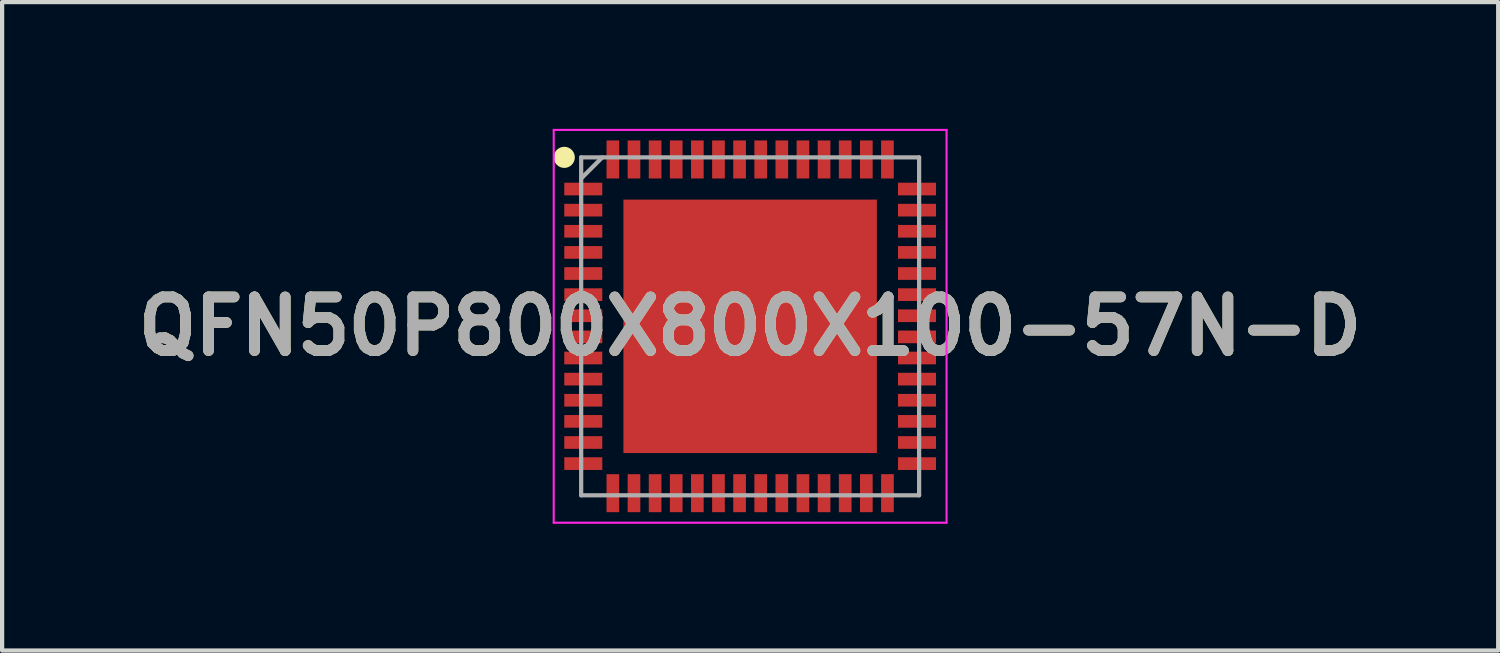
<source format=kicad_pcb>
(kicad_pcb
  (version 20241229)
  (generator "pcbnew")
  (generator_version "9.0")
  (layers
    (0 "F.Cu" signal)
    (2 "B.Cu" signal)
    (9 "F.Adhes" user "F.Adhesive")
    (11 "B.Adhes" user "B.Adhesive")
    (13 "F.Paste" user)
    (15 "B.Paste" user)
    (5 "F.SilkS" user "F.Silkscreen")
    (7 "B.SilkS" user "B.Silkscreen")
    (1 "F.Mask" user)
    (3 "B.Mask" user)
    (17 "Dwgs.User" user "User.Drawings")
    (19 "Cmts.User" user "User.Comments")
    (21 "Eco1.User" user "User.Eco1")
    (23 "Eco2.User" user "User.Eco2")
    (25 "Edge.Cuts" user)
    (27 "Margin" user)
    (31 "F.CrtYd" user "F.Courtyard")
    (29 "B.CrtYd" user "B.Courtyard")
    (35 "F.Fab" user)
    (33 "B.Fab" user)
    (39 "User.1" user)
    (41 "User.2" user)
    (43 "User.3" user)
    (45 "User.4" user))
  (footprint "QFN50P800X800X100-57N-D"
    (layer "F.Cu")
    (at 14.708 4.675)
    (property "Reference" "QFN50P800X800X100-57N-D" (at 0 0 0) (layer "F.SilkS") (effects (font (size 1.27 1.27) (thickness 0.254))))
    (attr smd)
    (fp_circle (center -4.4 -4) (end -4.4 -3.875) (stroke (width 0.25) (type solid)) (fill no) (layer "F.SilkS"))
    (fp_line (start -4.65 -4.65) (end 4.65 -4.65) (stroke (width 0.05) (type solid)) (layer "F.CrtYd"))
    (fp_line (start -4.65 4.65) (end -4.65 -4.65) (stroke (width 0.05) (type solid)) (layer "F.CrtYd"))
    (fp_line (start 4.65 -4.65) (end 4.65 4.65) (stroke (width 0.05) (type solid)) (layer "F.CrtYd"))
    (fp_line (start 4.65 4.65) (end -4.65 4.65) (stroke (width 0.05) (type solid)) (layer "F.CrtYd"))
    (fp_line (start -4 -4) (end 4 -4) (stroke (width 0.1) (type solid)) (layer "F.Fab"))
    (fp_line (start -4 -3.5) (end -3.5 -4) (stroke (width 0.1) (type solid)) (layer "F.Fab"))
    (fp_line (start -4 4) (end -4 -4) (stroke (width 0.1) (type solid)) (layer "F.Fab"))
    (fp_line (start 4 -4) (end 4 4) (stroke (width 0.1) (type solid)) (layer "F.Fab"))
    (fp_line (start 4 4) (end -4 4) (stroke (width 0.1) (type solid)) (layer "F.Fab"))
    (fp_text user "${REFERENCE}" (at 0 0 0) (layer "F.Fab") (effects (font (size 1.27 1.27) (thickness 0.254))))
    (pad "1" smd rect (at -3.95 -3.25 90) (size 0.3 0.9) (layers "F.Cu" "F.Mask" "F.Paste"))
    (pad "2" smd rect (at -3.95 -2.75 90) (size 0.3 0.9) (layers "F.Cu" "F.Mask" "F.Paste"))
    (pad "3" smd rect (at -3.95 -2.25 90) (size 0.3 0.9) (layers "F.Cu" "F.Mask" "F.Paste"))
    (pad "4" smd rect (at -3.95 -1.75 90) (size 0.3 0.9) (layers "F.Cu" "F.Mask" "F.Paste"))
    (pad "5" smd rect (at -3.95 -1.25 90) (size 0.3 0.9) (layers "F.Cu" "F.Mask" "F.Paste"))
    (pad "6" smd rect (at -3.95 -0.75 90) (size 0.3 0.9) (layers "F.Cu" "F.Mask" "F.Paste"))
    (pad "7" smd rect (at -3.95 -0.25 90) (size 0.3 0.9) (layers "F.Cu" "F.Mask" "F.Paste"))
    (pad "8" smd rect (at -3.95 0.25 90) (size 0.3 0.9) (layers "F.Cu" "F.Mask" "F.Paste"))
    (pad "9" smd rect (at -3.95 0.75 90) (size 0.3 0.9) (layers "F.Cu" "F.Mask" "F.Paste"))
    (pad "10" smd rect (at -3.95 1.25 90) (size 0.3 0.9) (layers "F.Cu" "F.Mask" "F.Paste"))
    (pad "11" smd rect (at -3.95 1.75 90) (size 0.3 0.9) (layers "F.Cu" "F.Mask" "F.Paste"))
    (pad "12" smd rect (at -3.95 2.25 90) (size 0.3 0.9) (layers "F.Cu" "F.Mask" "F.Paste"))
    (pad "13" smd rect (at -3.95 2.75 90) (size 0.3 0.9) (layers "F.Cu" "F.Mask" "F.Paste"))
    (pad "14" smd rect (at -3.95 3.25 90) (size 0.3 0.9) (layers "F.Cu" "F.Mask" "F.Paste"))
    (pad "15" smd rect (at -3.25 3.95) (size 0.3 0.9) (layers "F.Cu" "F.Mask" "F.Paste"))
    (pad "16" smd rect (at -2.75 3.95) (size 0.3 0.9) (layers "F.Cu" "F.Mask" "F.Paste"))
    (pad "17" smd rect (at -2.25 3.95) (size 0.3 0.9) (layers "F.Cu" "F.Mask" "F.Paste"))
    (pad "18" smd rect (at -1.75 3.95) (size 0.3 0.9) (layers "F.Cu" "F.Mask" "F.Paste"))
    (pad "19" smd rect (at -1.25 3.95) (size 0.3 0.9) (layers "F.Cu" "F.Mask" "F.Paste"))
    (pad "20" smd rect (at -0.75 3.95) (size 0.3 0.9) (layers "F.Cu" "F.Mask" "F.Paste"))
    (pad "21" smd rect (at -0.25 3.95) (size 0.3 0.9) (layers "F.Cu" "F.Mask" "F.Paste"))
    (pad "22" smd rect (at 0.25 3.95) (size 0.3 0.9) (layers "F.Cu" "F.Mask" "F.Paste"))
    (pad "23" smd rect (at 0.75 3.95) (size 0.3 0.9) (layers "F.Cu" "F.Mask" "F.Paste"))
    (pad "24" smd rect (at 1.25 3.95) (size 0.3 0.9) (layers "F.Cu" "F.Mask" "F.Paste"))
    (pad "25" smd rect (at 1.75 3.95) (size 0.3 0.9) (layers "F.Cu" "F.Mask" "F.Paste"))
    (pad "26" smd rect (at 2.25 3.95) (size 0.3 0.9) (layers "F.Cu" "F.Mask" "F.Paste"))
    (pad "27" smd rect (at 2.75 3.95) (size 0.3 0.9) (layers "F.Cu" "F.Mask" "F.Paste"))
    (pad "28" smd rect (at 3.25 3.95) (size 0.3 0.9) (layers "F.Cu" "F.Mask" "F.Paste"))
    (pad "29" smd rect (at 3.95 3.25 90) (size 0.3 0.9) (layers "F.Cu" "F.Mask" "F.Paste"))
    (pad "30" smd rect (at 3.95 2.75 90) (size 0.3 0.9) (layers "F.Cu" "F.Mask" "F.Paste"))
    (pad "31" smd rect (at 3.95 2.25 90) (size 0.3 0.9) (layers "F.Cu" "F.Mask" "F.Paste"))
    (pad "32" smd rect (at 3.95 1.75 90) (size 0.3 0.9) (layers "F.Cu" "F.Mask" "F.Paste"))
    (pad "33" smd rect (at 3.95 1.25 90) (size 0.3 0.9) (layers "F.Cu" "F.Mask" "F.Paste"))
    (pad "34" smd rect (at 3.95 0.75 90) (size 0.3 0.9) (layers "F.Cu" "F.Mask" "F.Paste"))
    (pad "35" smd rect (at 3.95 0.25 90) (size 0.3 0.9) (layers "F.Cu" "F.Mask" "F.Paste"))
    (pad "36" smd rect (at 3.95 -0.25 90) (size 0.3 0.9) (layers "F.Cu" "F.Mask" "F.Paste"))
    (pad "37" smd rect (at 3.95 -0.75 90) (size 0.3 0.9) (layers "F.Cu" "F.Mask" "F.Paste"))
    (pad "38" smd rect (at 3.95 -1.25 90) (size 0.3 0.9) (layers "F.Cu" "F.Mask" "F.Paste"))
    (pad "39" smd rect (at 3.95 -1.75 90) (size 0.3 0.9) (layers "F.Cu" "F.Mask" "F.Paste"))
    (pad "40" smd rect (at 3.95 -2.25 90) (size 0.3 0.9) (layers "F.Cu" "F.Mask" "F.Paste"))
    (pad "41" smd rect (at 3.95 -2.75 90) (size 0.3 0.9) (layers "F.Cu" "F.Mask" "F.Paste"))
    (pad "42" smd rect (at 3.95 -3.25 90) (size 0.3 0.9) (layers "F.Cu" "F.Mask" "F.Paste"))
    (pad "43" smd rect (at 3.25 -3.95) (size 0.3 0.9) (layers "F.Cu" "F.Mask" "F.Paste"))
    (pad "44" smd rect (at 2.75 -3.95) (size 0.3 0.9) (layers "F.Cu" "F.Mask" "F.Paste"))
    (pad "45" smd rect (at 2.25 -3.95) (size 0.3 0.9) (layers "F.Cu" "F.Mask" "F.Paste"))
    (pad "46" smd rect (at 1.75 -3.95) (size 0.3 0.9) (layers "F.Cu" "F.Mask" "F.Paste"))
    (pad "47" smd rect (at 1.25 -3.95) (size 0.3 0.9) (layers "F.Cu" "F.Mask" "F.Paste"))
    (pad "48" smd rect (at 0.75 -3.95) (size 0.3 0.9) (layers "F.Cu" "F.Mask" "F.Paste"))
    (pad "49" smd rect (at 0.25 -3.95) (size 0.3 0.9) (layers "F.Cu" "F.Mask" "F.Paste"))
    (pad "50" smd rect (at -0.25 -3.95) (size 0.3 0.9) (layers "F.Cu" "F.Mask" "F.Paste"))
    (pad "51" smd rect (at -0.75 -3.95) (size 0.3 0.9) (layers "F.Cu" "F.Mask" "F.Paste"))
    (pad "52" smd rect (at -1.25 -3.95) (size 0.3 0.9) (layers "F.Cu" "F.Mask" "F.Paste"))
    (pad "53" smd rect (at -1.75 -3.95) (size 0.3 0.9) (layers "F.Cu" "F.Mask" "F.Paste"))
    (pad "54" smd rect (at -2.25 -3.95) (size 0.3 0.9) (layers "F.Cu" "F.Mask" "F.Paste"))
    (pad "55" smd rect (at -2.75 -3.95) (size 0.3 0.9) (layers "F.Cu" "F.Mask" "F.Paste"))
    (pad "56" smd rect (at -3.25 -3.95) (size 0.3 0.9) (layers "F.Cu" "F.Mask" "F.Paste"))
    (pad "57" smd rect (at 0 0) (size 6 6) (layers "F.Cu" "F.Mask" "F.Paste")))
  (gr_rect
    (start -3 -3)
    (end 32.416 12.35)
    (stroke (width 0.1) (type default))
    (fill no)
    (layer "Edge.Cuts")))
</source>
